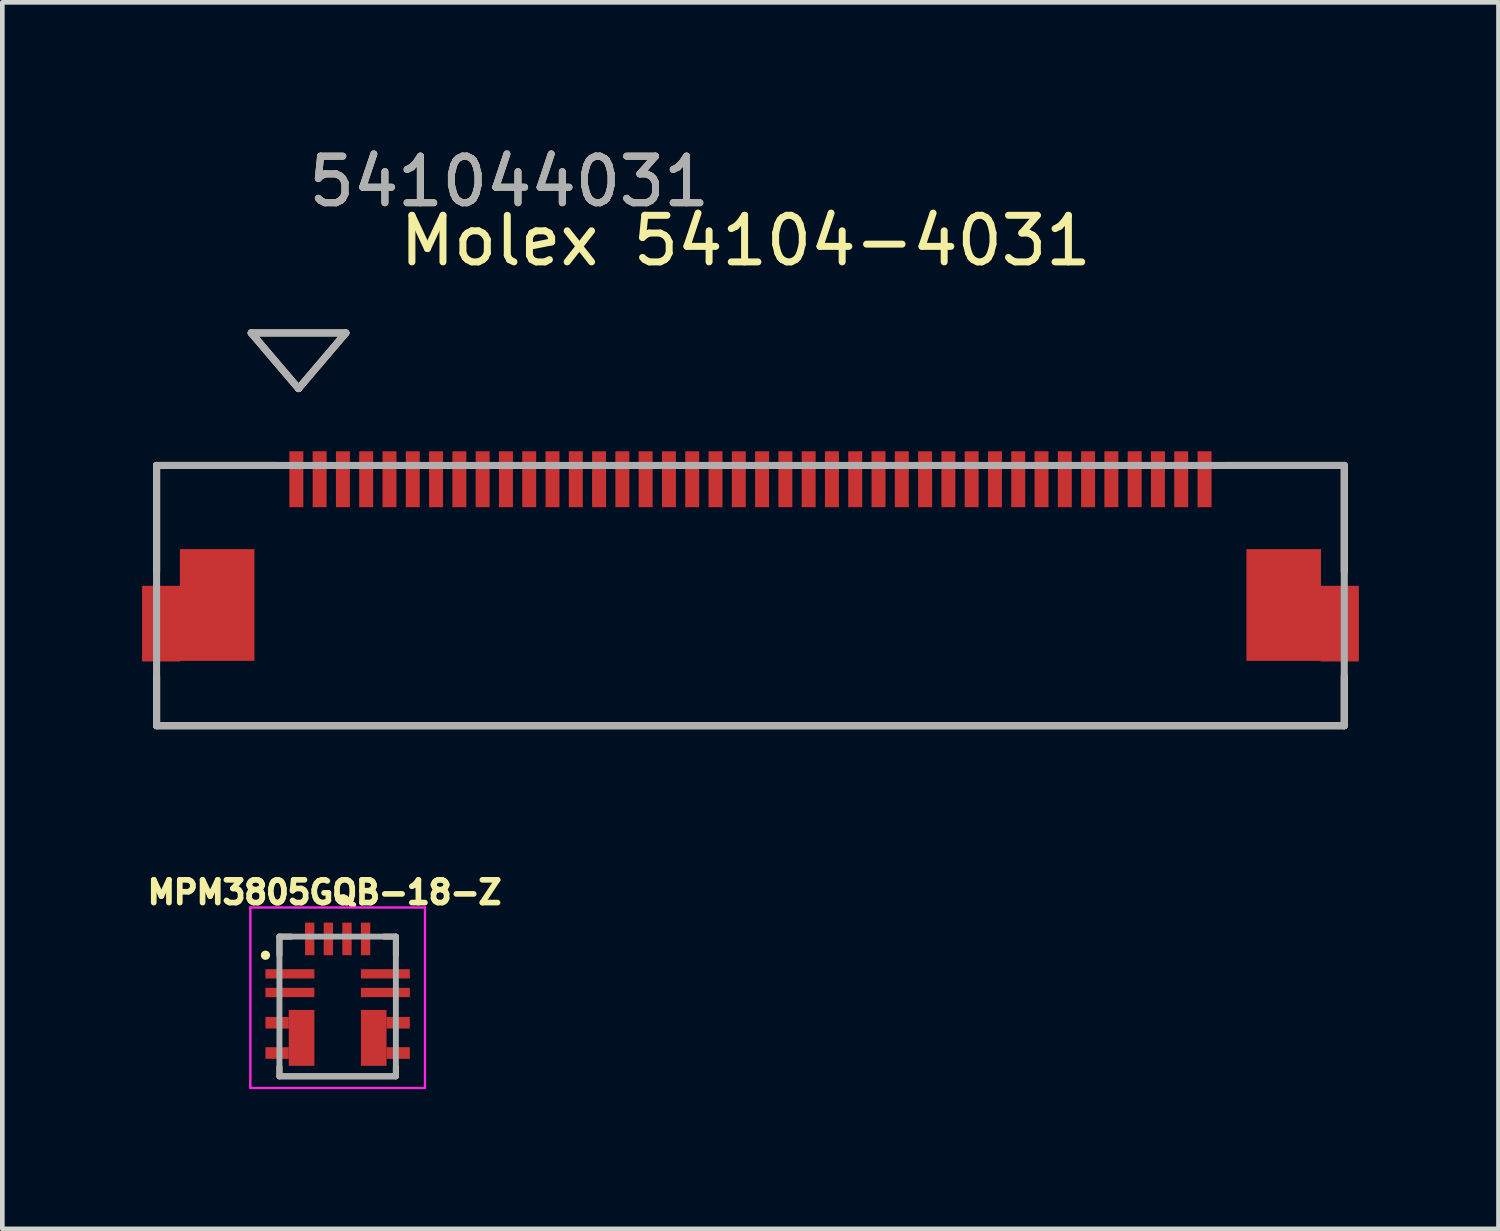
<source format=kicad_pcb>
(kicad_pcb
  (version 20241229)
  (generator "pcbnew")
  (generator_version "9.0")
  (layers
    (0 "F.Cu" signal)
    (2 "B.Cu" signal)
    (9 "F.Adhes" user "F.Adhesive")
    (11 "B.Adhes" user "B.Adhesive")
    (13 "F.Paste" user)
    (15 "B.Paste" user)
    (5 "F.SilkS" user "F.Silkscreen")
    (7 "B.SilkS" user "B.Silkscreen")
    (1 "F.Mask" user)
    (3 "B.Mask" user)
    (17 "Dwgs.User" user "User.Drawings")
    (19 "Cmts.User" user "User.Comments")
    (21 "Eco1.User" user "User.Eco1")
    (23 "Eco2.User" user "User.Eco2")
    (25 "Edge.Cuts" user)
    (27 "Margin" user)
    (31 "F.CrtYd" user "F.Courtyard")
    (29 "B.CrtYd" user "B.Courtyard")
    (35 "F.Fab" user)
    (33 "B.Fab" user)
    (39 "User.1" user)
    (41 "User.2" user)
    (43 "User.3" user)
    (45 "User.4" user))
  (footprint "MPM3805GQB-18-Z"
    (layer "F.Cu")
    (at 4.2 18.56)
    (property "Reference" "MPM3805GQB-18-Z" (at -0.281 -2.45 0) (layer "F.SilkS") (effects (font (size 0.489 0.489) (thickness 0.122))))
    (attr smd)
    (fp_line (start -1.25 -1.5) (end -1.25 -1.1) (stroke (width 0.127) (type solid)) (layer "F.SilkS"))
    (fp_line (start -1.25 -1.5) (end -1 -1.5) (stroke (width 0.127) (type solid)) (layer "F.SilkS"))
    (fp_line (start -1.25 1.3) (end -1.25 1.5) (stroke (width 0.127) (type solid)) (layer "F.SilkS"))
    (fp_line (start -1.25 1.5) (end 1.25 1.5) (stroke (width 0.127) (type solid)) (layer "F.SilkS"))
    (fp_line (start 1 -1.5) (end 1.25 -1.5) (stroke (width 0.127) (type solid)) (layer "F.SilkS"))
    (fp_line (start 1.25 -1.5) (end 1.25 -1.1) (stroke (width 0.127) (type solid)) (layer "F.SilkS"))
    (fp_line (start 1.25 1.5) (end 1.25 1.3) (stroke (width 0.127) (type solid)) (layer "F.SilkS"))
    (fp_circle (center -1.55 -1.1) (end -1.5 -1.1) (stroke (width 0.1) (type solid)) (fill no) (layer "F.SilkS"))
    (fp_line (start -1.875 -2.125) (end -1.875 1.75) (stroke (width 0.05) (type solid)) (layer "F.CrtYd"))
    (fp_line (start -1.875 1.75) (end 1.875 1.75) (stroke (width 0.05) (type solid)) (layer "F.CrtYd"))
    (fp_line (start 1.875 -2.125) (end -1.875 -2.125) (stroke (width 0.05) (type solid)) (layer "F.CrtYd"))
    (fp_line (start 1.875 1.75) (end 1.875 -2.125) (stroke (width 0.05) (type solid)) (layer "F.CrtYd"))
    (fp_line (start -1.25 -1.5) (end 1.25 -1.5) (stroke (width 0.127) (type solid)) (layer "F.Fab"))
    (fp_line (start -1.25 1.5) (end -1.25 -1.5) (stroke (width 0.127) (type solid)) (layer "F.Fab"))
    (fp_line (start 1.25 -1.5) (end 1.25 1.5) (stroke (width 0.127) (type solid)) (layer "F.Fab"))
    (fp_line (start 1.25 1.5) (end -1.25 1.5) (stroke (width 0.127) (type solid)) (layer "F.Fab"))
    (pad "1" smd rect (at -1.025 -0.7) (size 1.05 0.2) (layers "F.Cu" "F.Mask" "F.Paste"))
    (pad "2" smd rect (at -1.025 -0.3) (size 1.05 0.2) (layers "F.Cu" "F.Mask" "F.Paste"))
    (pad "3" smd rect (at -1.3 0.35) (size 0.5 0.25) (layers "F.Cu" "F.Mask" "F.Paste"))
    (pad "3" smd rect (at -0.775 0.675) (size 0.55 1.2) (layers "F.Cu" "F.Mask" "F.Paste"))
    (pad "4" smd rect (at -1.3 1) (size 0.5 0.25) (layers "F.Cu" "F.Mask" "F.Paste"))
    (pad "5" smd rect (at 0.775 0.675) (size 0.55 1.2) (layers "F.Cu" "F.Mask" "F.Paste"))
    (pad "5" smd rect (at 1.3 1) (size 0.5 0.25) (layers "F.Cu" "F.Mask" "F.Paste"))
    (pad "6" smd rect (at 1.3 0.35) (size 0.5 0.25) (layers "F.Cu" "F.Mask" "F.Paste"))
    (pad "7" smd rect (at 1.025 -0.3) (size 1.05 0.2) (layers "F.Cu" "F.Mask" "F.Paste"))
    (pad "8" smd rect (at 1.025 -0.7) (size 1.05 0.2) (layers "F.Cu" "F.Mask" "F.Paste"))
    (pad "9" smd rect (at 0.6 -1.45) (size 0.2 0.7) (layers "F.Cu" "F.Mask" "F.Paste"))
    (pad "10" smd rect (at 0.2 -1.45) (size 0.2 0.7) (layers "F.Cu" "F.Mask" "F.Paste"))
    (pad "11" smd rect (at -0.2 -1.45) (size 0.2 0.7) (layers "F.Cu" "F.Mask" "F.Paste"))
    (pad "12" smd rect (at -0.6 -1.45) (size 0.2 0.7) (layers "F.Cu" "F.Mask" "F.Paste"))
    (zone (net_name "") (layer "F.Cu") (hatch full 0.508) (connect_pads) (min_thickness 0.01) (filled_areas_thickness no) (keepout (tracks not_allowed) (vias not_allowed) (pads not_allowed) (copperpour not_allowed) (footprints allowed)) (placement (enabled no)) (fill) (polygon (pts (xy 3.73 17.49) (xy 4.66 17.49) (xy 4.66 18.017) (xy 3.73 18.017))))
    (zone (net_name "") (layers "F.Cu" "B.Cu") (hatch full 0.508) (connect_pads) (min_thickness 0.01) (filled_areas_thickness no) (keepout (tracks allowed) (vias not_allowed) (pads allowed) (copperpour allowed) (footprints allowed)) (placement (enabled no)) (fill) (polygon (pts (xy 3.732 17.49) (xy 4.66 17.49) (xy 4.66 18.02) (xy 3.732 18.02))))
    (zone (net_name "") (layer "B.Cu") (hatch full 0.508) (connect_pads) (min_thickness 0.01) (filled_areas_thickness no) (keepout (tracks not_allowed) (vias not_allowed) (pads not_allowed) (copperpour not_allowed) (footprints allowed)) (placement (enabled no)) (fill) (polygon (pts (xy 3.732 17.49) (xy 4.66 17.49) (xy 4.66 18.02) (xy 3.732 18.02)))))
  (footprint "Molex 54104-4031"
    (layer "F.Cu")
    (at 13.063 9.738)
    (property "Reference" "Molex 54104-4031" (at -0.102 -7.62 0) (layer "F.SilkS") (effects (font (size 1 1) (thickness 0.15))))
    (attr smd)
    (fp_poly (pts (xy 13.05 1.402) (xy 13.05 -0.198) (xy 12.25 -0.198) (xy 12.25 1.402)) (stroke (width 0.025) (type solid)) (fill yes) (layer "F.Cu"))
    (fp_poly (pts (xy -13.05 1.402) (xy -13.05 -0.198) (xy -12.25 -0.198) (xy -12.25 1.402)) (stroke (width 0.025) (type solid)) (fill yes) (layer "F.Mask"))
    (fp_poly (pts (xy 13.05 1.402) (xy 13.05 -0.198) (xy 12.25 -0.198) (xy 12.25 1.402)) (stroke (width 0.025) (type solid)) (fill yes) (layer "F.Mask"))
    (fp_line (start -12.751 -2.794) (end -12.751 -0.508) (stroke (width 0.152) (type solid)) (layer "F.SilkS"))
    (fp_line (start -12.751 1.727) (end -12.751 2.794) (stroke (width 0.152) (type solid)) (layer "F.SilkS"))
    (fp_line (start -12.751 2.794) (end 12.751 2.794) (stroke (width 0.152) (type solid)) (layer "F.SilkS"))
    (fp_line (start -10.719 -5.639) (end -9.703 -4.445) (stroke (width 0.152) (type solid)) (layer "F.SilkS"))
    (fp_line (start -10.719 -5.639) (end -8.687 -5.639) (stroke (width 0.152) (type solid)) (layer "F.SilkS"))
    (fp_line (start -10.211 -2.794) (end -12.751 -2.794) (stroke (width 0.152) (type solid)) (layer "F.SilkS"))
    (fp_line (start -8.687 -5.639) (end -9.703 -4.445) (stroke (width 0.152) (type solid)) (layer "F.SilkS"))
    (fp_line (start 12.751 -2.794) (end 10.211 -2.794) (stroke (width 0.152) (type solid)) (layer "F.SilkS"))
    (fp_line (start 12.751 -0.508) (end 12.751 -2.794) (stroke (width 0.152) (type solid)) (layer "F.SilkS"))
    (fp_line (start 12.751 2.794) (end 12.751 1.727) (stroke (width 0.152) (type solid)) (layer "F.SilkS"))
    (fp_poly (pts (xy -13.05 1.402) (xy -13.05 -0.198) (xy -12.25 -0.198) (xy -12.25 1.402)) (stroke (width 0.025) (type solid)) (fill yes) (layer "F.Paste"))
    (fp_poly (pts (xy 13.05 1.402) (xy 13.05 -0.198) (xy 12.25 -0.198) (xy 12.25 1.402)) (stroke (width 0.025) (type solid)) (fill yes) (layer "F.Paste"))
    (fp_line (start -12.751 -2.794) (end -12.751 2.794) (stroke (width 0.152) (type solid)) (layer "F.Fab"))
    (fp_line (start -12.751 2.794) (end 12.751 2.794) (stroke (width 0.152) (type solid)) (layer "F.Fab"))
    (fp_line (start -10.719 -5.639) (end -9.703 -4.445) (stroke (width 0.152) (type solid)) (layer "F.Fab"))
    (fp_line (start -10.719 -5.639) (end -8.687 -5.639) (stroke (width 0.152) (type solid)) (layer "F.Fab"))
    (fp_line (start -8.687 -5.639) (end -9.703 -4.445) (stroke (width 0.152) (type solid)) (layer "F.Fab"))
    (fp_line (start 12.751 -2.794) (end -12.751 -2.794) (stroke (width 0.152) (type solid)) (layer "F.Fab"))
    (fp_line (start 12.751 2.794) (end 12.751 -2.794) (stroke (width 0.152) (type solid)) (layer "F.Fab"))
    (fp_text user "541044031" (at -5.182 -8.89 0) (layer "F.SilkS") (effects (font (size 1 1) (thickness 0.15))))
    (fp_text user "541044031" (at -5.182 -8.89 0) (layer "F.Fab") (effects (font (size 1 1) (thickness 0.15))))
    (pad "1" smd rect (at -9.75 -2.498) (size 0.3 1.2) (layers "F.Cu" "F.Mask" "F.Paste"))
    (pad "2" smd rect (at -9.25 -2.498) (size 0.3 1.2) (layers "F.Cu" "F.Mask" "F.Paste"))
    (pad "3" smd rect (at -8.75 -2.498) (size 0.3 1.2) (layers "F.Cu" "F.Mask" "F.Paste"))
    (pad "4" smd rect (at -8.25 -2.498) (size 0.3 1.2) (layers "F.Cu" "F.Mask" "F.Paste"))
    (pad "5" smd rect (at -7.75 -2.498) (size 0.3 1.2) (layers "F.Cu" "F.Mask" "F.Paste"))
    (pad "6" smd rect (at -7.25 -2.498) (size 0.3 1.2) (layers "F.Cu" "F.Mask" "F.Paste"))
    (pad "7" smd rect (at -6.75 -2.498) (size 0.3 1.2) (layers "F.Cu" "F.Mask" "F.Paste"))
    (pad "8" smd rect (at -6.25 -2.498) (size 0.3 1.2) (layers "F.Cu" "F.Mask" "F.Paste"))
    (pad "9" smd rect (at -5.75 -2.498) (size 0.3 1.2) (layers "F.Cu" "F.Mask" "F.Paste"))
    (pad "10" smd rect (at -5.25 -2.498) (size 0.3 1.2) (layers "F.Cu" "F.Mask" "F.Paste"))
    (pad "11" smd rect (at -4.75 -2.498) (size 0.3 1.2) (layers "F.Cu" "F.Mask" "F.Paste"))
    (pad "12" smd rect (at -4.25 -2.498) (size 0.3 1.2) (layers "F.Cu" "F.Mask" "F.Paste"))
    (pad "13" smd rect (at -3.75 -2.498) (size 0.3 1.2) (layers "F.Cu" "F.Mask" "F.Paste"))
    (pad "14" smd rect (at -3.25 -2.498) (size 0.3 1.2) (layers "F.Cu" "F.Mask" "F.Paste"))
    (pad "15" smd rect (at -2.75 -2.498) (size 0.3 1.2) (layers "F.Cu" "F.Mask" "F.Paste"))
    (pad "16" smd rect (at -2.25 -2.498) (size 0.3 1.2) (layers "F.Cu" "F.Mask" "F.Paste"))
    (pad "17" smd rect (at -1.75 -2.498) (size 0.3 1.2) (layers "F.Cu" "F.Mask" "F.Paste"))
    (pad "18" smd rect (at -1.25 -2.498) (size 0.3 1.2) (layers "F.Cu" "F.Mask" "F.Paste"))
    (pad "19" smd rect (at -0.75 -2.498) (size 0.3 1.2) (layers "F.Cu" "F.Mask" "F.Paste"))
    (pad "20" smd rect (at -0.25 -2.498) (size 0.3 1.2) (layers "F.Cu" "F.Mask" "F.Paste"))
    (pad "21" smd rect (at 0.25 -2.498) (size 0.3 1.2) (layers "F.Cu" "F.Mask" "F.Paste"))
    (pad "22" smd rect (at 0.75 -2.498) (size 0.3 1.2) (layers "F.Cu" "F.Mask" "F.Paste"))
    (pad "23" smd rect (at 1.25 -2.498) (size 0.3 1.2) (layers "F.Cu" "F.Mask" "F.Paste"))
    (pad "24" smd rect (at 1.75 -2.498) (size 0.3 1.2) (layers "F.Cu" "F.Mask" "F.Paste"))
    (pad "25" smd rect (at 2.25 -2.498) (size 0.3 1.2) (layers "F.Cu" "F.Mask" "F.Paste"))
    (pad "26" smd rect (at 2.75 -2.498) (size 0.3 1.2) (layers "F.Cu" "F.Mask" "F.Paste"))
    (pad "27" smd rect (at 3.25 -2.498) (size 0.3 1.2) (layers "F.Cu" "F.Mask" "F.Paste"))
    (pad "28" smd rect (at 3.75 -2.498) (size 0.3 1.2) (layers "F.Cu" "F.Mask" "F.Paste"))
    (pad "29" smd rect (at 4.25 -2.498) (size 0.3 1.2) (layers "F.Cu" "F.Mask" "F.Paste"))
    (pad "30" smd rect (at 4.75 -2.498) (size 0.3 1.2) (layers "F.Cu" "F.Mask" "F.Paste"))
    (pad "31" smd rect (at 5.25 -2.498) (size 0.3 1.2) (layers "F.Cu" "F.Mask" "F.Paste"))
    (pad "32" smd rect (at 5.75 -2.498) (size 0.3 1.2) (layers "F.Cu" "F.Mask" "F.Paste"))
    (pad "33" smd rect (at 6.25 -2.498) (size 0.3 1.2) (layers "F.Cu" "F.Mask" "F.Paste"))
    (pad "34" smd rect (at 6.75 -2.498) (size 0.3 1.2) (layers "F.Cu" "F.Mask" "F.Paste"))
    (pad "35" smd rect (at 7.25 -2.498) (size 0.3 1.2) (layers "F.Cu" "F.Mask" "F.Paste"))
    (pad "36" smd rect (at 7.75 -2.498) (size 0.3 1.2) (layers "F.Cu" "F.Mask" "F.Paste"))
    (pad "37" smd rect (at 8.25 -2.498) (size 0.3 1.2) (layers "F.Cu" "F.Mask" "F.Paste"))
    (pad "38" smd rect (at 8.75 -2.498) (size 0.3 1.2) (layers "F.Cu" "F.Mask" "F.Paste"))
    (pad "39" smd rect (at 9.25 -2.498) (size 0.3 1.2) (layers "F.Cu" "F.Mask" "F.Paste"))
    (pad "40" smd rect (at 9.75 -2.498) (size 0.3 1.2) (layers "F.Cu" "F.Mask" "F.Paste"))
    (pad "P1" smd custom (at -11.45 0.202) (size 1.6 2.4) (layers "F.Cu" "F.Mask" "F.Paste") (options (anchor rect)) (primitives (gr_poly (pts (xy -1.6 1.2) (xy -1.6 -0.4) (xy -0.8 -0.4) (xy -0.8 1.2)) (width 0.025) (fill yes))))
    (pad "P2" smd rect (at 11.45 0.202) (size 1.6 2.4) (layers "F.Cu" "F.Mask" "F.Paste")))
  (gr_rect
    (start -3 -3)
    (end 29.125 23.335)
    (stroke (width 0.1) (type default))
    (fill no)
    (layer "Edge.Cuts")))
</source>
